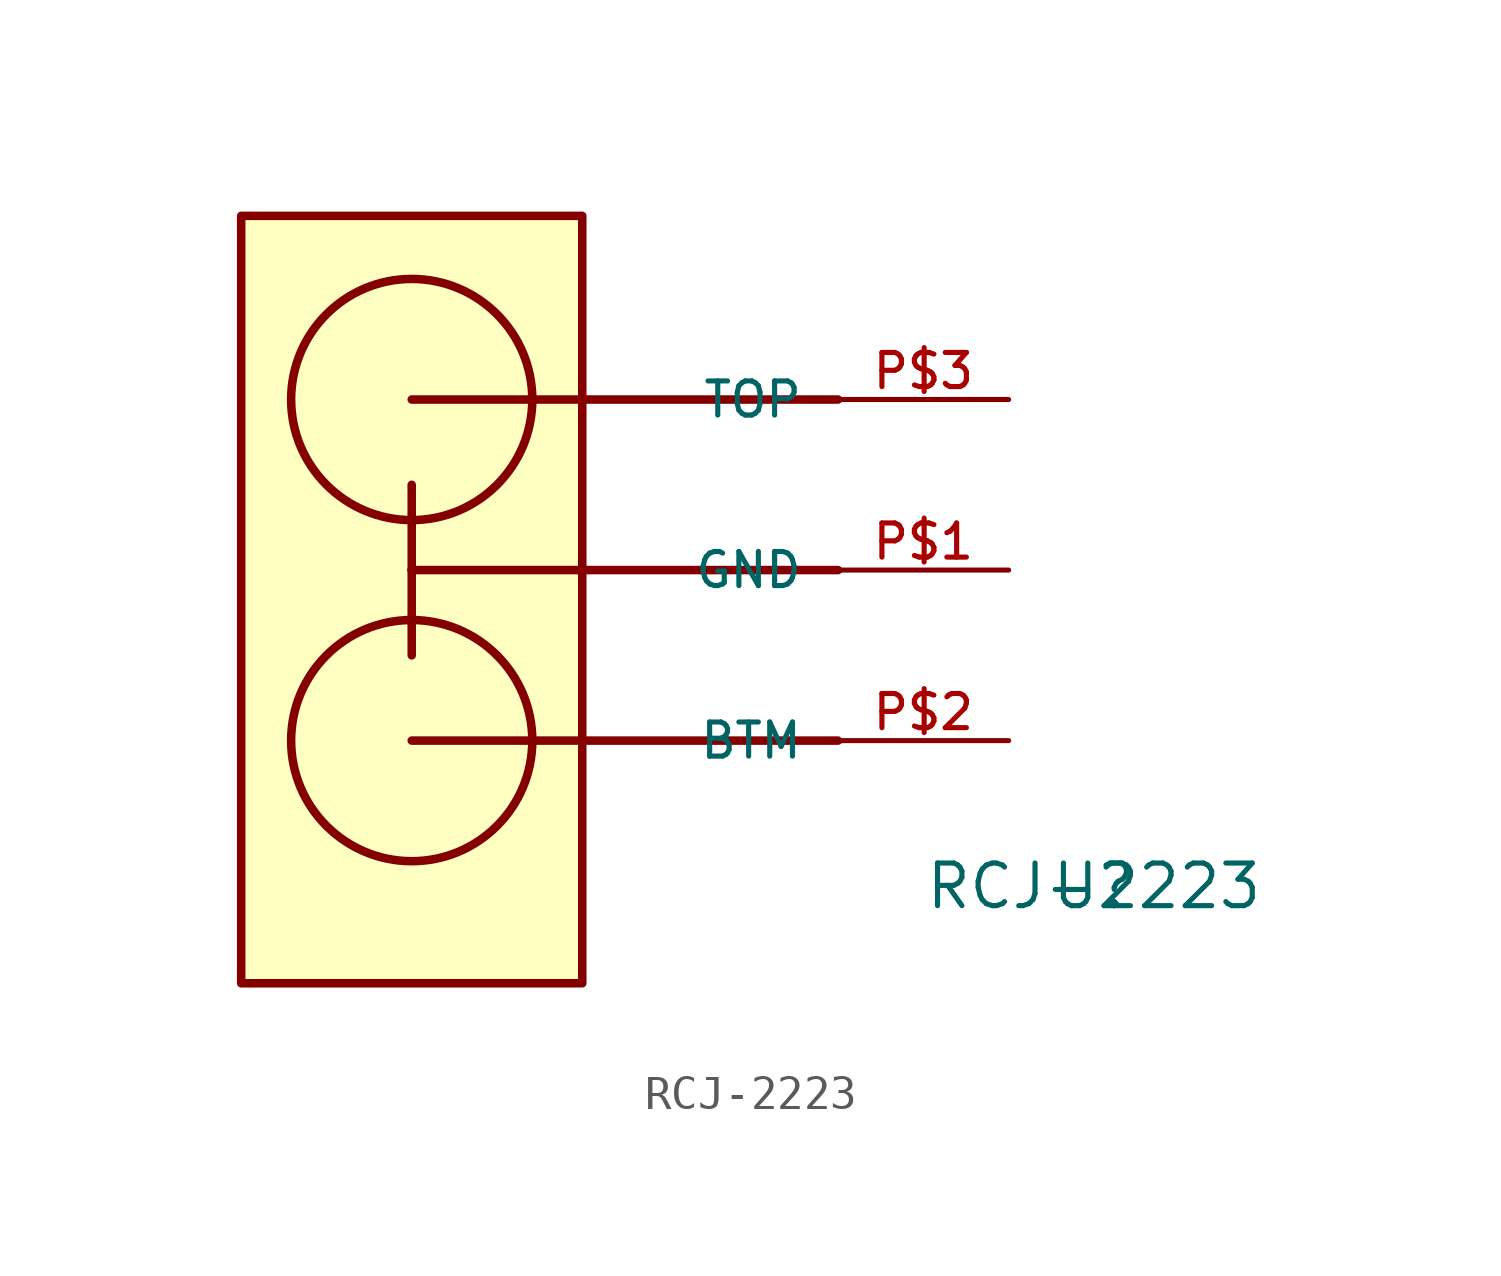
<source format=kicad_sym>
(kicad_symbol_lib
  (version 20231120)
  (generator "kicad_symbol_editor")
  (generator_version "8.0")
  (symbol "RCJ-2223"
    (pin_names
      (offset 1.016))
    (property "Reference" "U"
      (at 0 0 0)
      (effects (font (size 1.27 1.27)) (justify bottom)))
    (property "Value" "RCJ-2223"
      (at 0 0 0)
      (effects (font (size 1.27 1.27)) (justify bottom)))
    (symbol "RCJ-2223_0_0"
      (rectangle (start -25.4 -2.149) (end -15.24 20.711) (stroke (width 0.254) (type default)) (fill (type background)))
      (circle (center -20.32 5.08) (radius 3.592) (stroke (width 0.254) (type default)) (fill (type none)))
      (circle (center -20.32 15.24) (radius 3.592) (stroke (width 0.254) (type default)) (fill (type none)))
      (polyline (pts (xy -20.32 5.08) (xy -7.62 5.08)) (stroke (width 0.254) (type default)) (fill (type none)))
      (polyline (pts (xy -20.32 7.62) (xy -20.32 10.16)) (stroke (width 0.254) (type default)) (fill (type none)))
      (polyline (pts (xy -20.32 10.16) (xy -7.62 10.16)) (stroke (width 0.254) (type default)) (fill (type none)))
      (polyline (pts (xy -20.32 12.7) (xy -20.32 10.16)) (stroke (width 0.254) (type default)) (fill (type none)))
      (polyline (pts (xy -20.32 15.24) (xy -7.62 15.24)) (stroke (width 0.254) (type default)) (fill (type none)))
      (pin bidirectional line (at -2.54 5.08 180) (length 5.08) (name "BTM" (effects (font (size 1.016 1.016)))) (number "P$2" (effects (font (size 1.016 1.016)))))
      (pin bidirectional line (at -2.54 15.24 180) (length 5.08) (name "TOP" (effects (font (size 1.016 1.016)))) (number "P$3" (effects (font (size 1.016 1.016))))))
    (symbol "RCJ-2223_1_0"
      (pin power_in line (at -2.54 10.16 180) (length 5.08) (name "GND" (effects (font (size 1.016 1.016)))) (number "P$1" (effects (font (size 1.016 1.016))))))))
</source>
